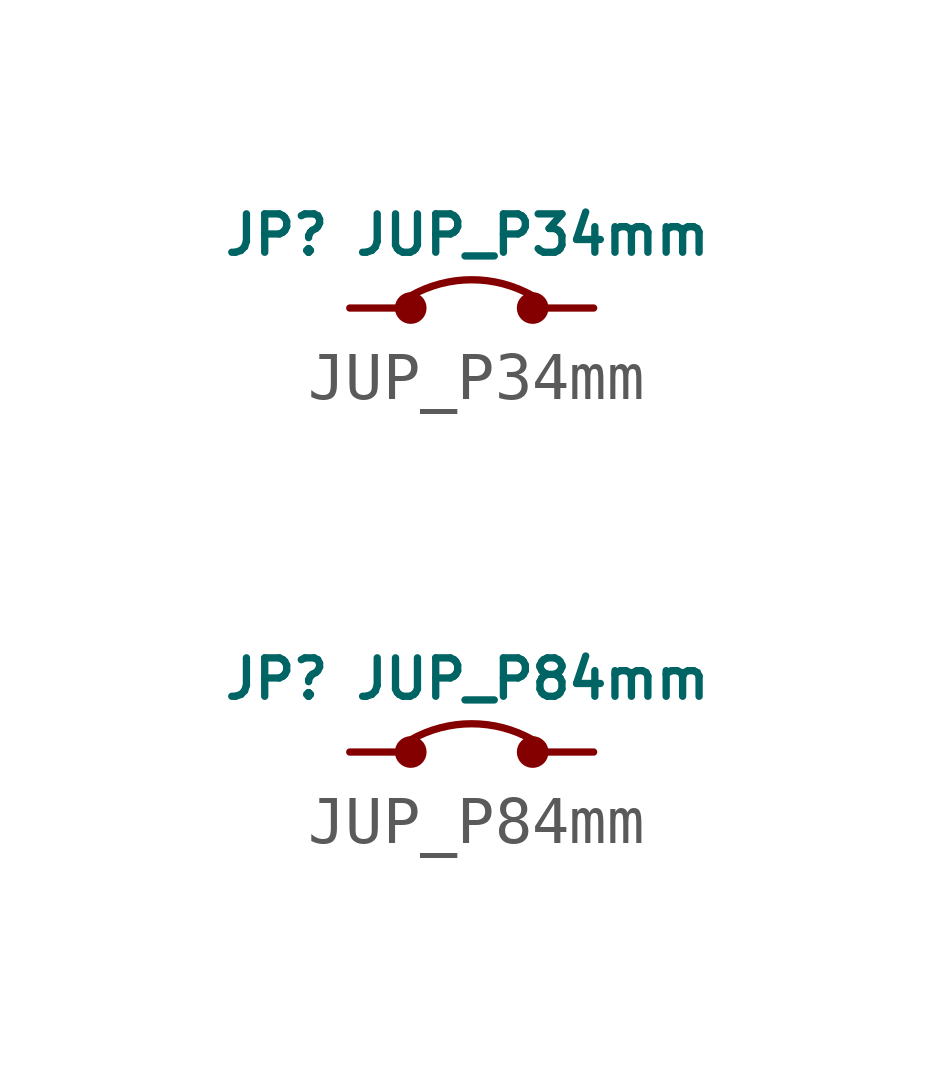
<source format=kicad_sym>
(kicad_symbol_lib
  (version 20211014)
  (generator kicad_symbol_editor)
  (symbol "JUP_P34mm"
    (property "Reference" "JP"
      (at -4.064 1.524 0)
      (effects (font (size 0.8 0.8))))
    (property "Value" "JUP_P34mm"
      (at 1.27 1.524 0)
      (effects (font (size 0.8 0.8))))
    (symbol "JUP_P34mm_0_1"
      (circle (center -1.27 0) (radius 0.254) (stroke (width 0) (type default) (color 0 0 0 0)) (fill (type outline)))
      (circle (center 1.27 0) (radius 0.254) (stroke (width 0) (type default) (color 0 0 0 0)) (fill (type outline)))
      (arc (start 1.27 0.254) (mid 0 0.5892) (end -1.27 0.254) (stroke (width 0) (type default) (color 0 0 0 0)) (fill (type none))))
    (symbol "JUP_P34mm_1_1"
      (pin passive line (at -2.54 0 0) (length 1.2) (name "" (effects (font (size 1.27 1.27)))) (number "1" (effects (font (size 0 0)))))
      (pin passive line (at 2.54 0 180) (length 1.2) (name "" (effects (font (size 1.27 1.27)))) (number "2" (effects (font (size 0 0)))))))
  (symbol "JUP_P84mm"
    (property "Reference" "JP"
      (at -4.064 1.524 0)
      (effects (font (size 0.8 0.8))))
    (property "Value" "JUP_P84mm"
      (at 1.27 1.524 0)
      (effects (font (size 0.8 0.8))))
    (symbol "JUP_P84mm_0_1"
      (circle (center -1.27 0) (radius 0.254) (stroke (width 0) (type default) (color 0 0 0 0)) (fill (type outline)))
      (circle (center 1.27 0) (radius 0.254) (stroke (width 0) (type default) (color 0 0 0 0)) (fill (type outline)))
      (arc (start 1.27 0.254) (mid 0 0.5892) (end -1.27 0.254) (stroke (width 0) (type default) (color 0 0 0 0)) (fill (type none))))
    (symbol "JUP_P84mm_1_1"
      (pin passive line (at -2.54 0 0) (length 1.2) (name "" (effects (font (size 1.27 1.27)))) (number "1" (effects (font (size 0 0)))))
      (pin passive line (at 2.54 0 180) (length 1.2) (name "" (effects (font (size 1.27 1.27)))) (number "2" (effects (font (size 0 0))))))))
</source>
